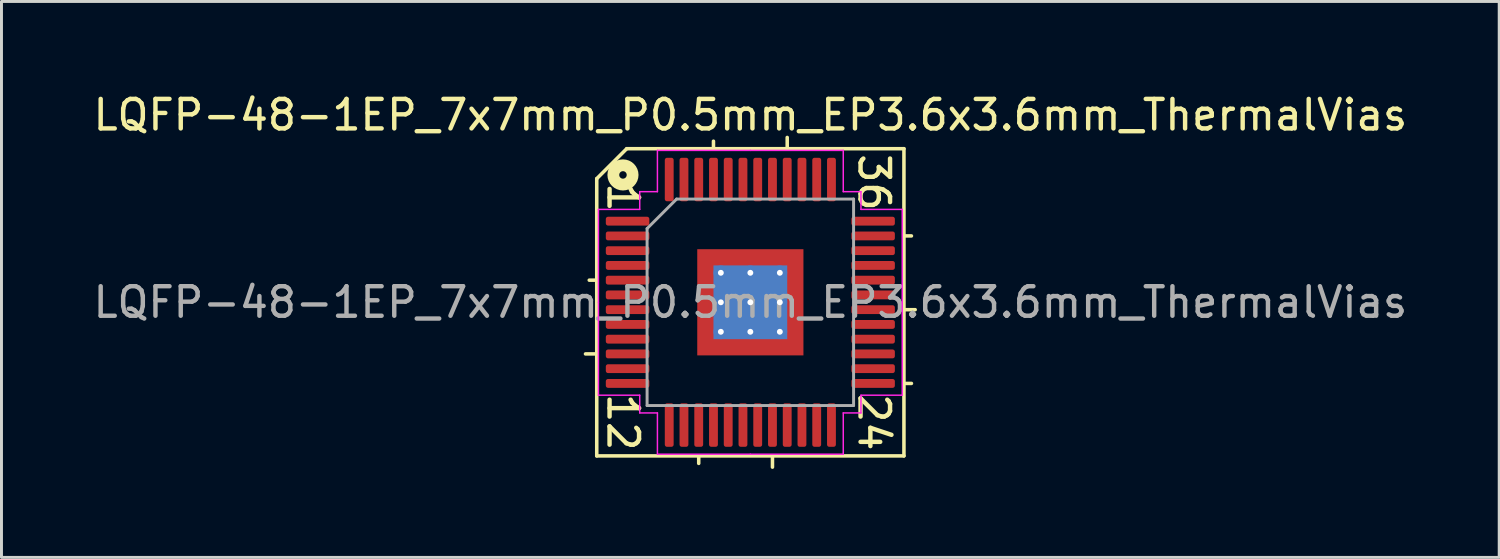
<source format=kicad_pcb>
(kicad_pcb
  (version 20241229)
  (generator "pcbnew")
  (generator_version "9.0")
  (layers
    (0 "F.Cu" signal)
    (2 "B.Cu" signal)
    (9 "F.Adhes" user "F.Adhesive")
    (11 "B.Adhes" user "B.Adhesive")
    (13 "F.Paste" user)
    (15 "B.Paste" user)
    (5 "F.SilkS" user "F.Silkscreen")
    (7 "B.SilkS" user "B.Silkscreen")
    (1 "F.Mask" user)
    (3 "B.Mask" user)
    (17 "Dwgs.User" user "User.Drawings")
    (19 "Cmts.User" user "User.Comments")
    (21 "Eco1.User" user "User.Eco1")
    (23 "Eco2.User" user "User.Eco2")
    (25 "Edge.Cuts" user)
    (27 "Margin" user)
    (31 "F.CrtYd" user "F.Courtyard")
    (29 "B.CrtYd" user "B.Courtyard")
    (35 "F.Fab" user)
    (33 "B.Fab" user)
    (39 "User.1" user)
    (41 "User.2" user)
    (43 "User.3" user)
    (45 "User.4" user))
  (footprint "LQFP-48-1EP_7x7mm_P0.5mm_EP3.6x3.6mm_ThermalVias"
    (layer "F.Cu")
    (at 22.387 7.198)
    (property "Reference" "LQFP-48-1EP_7x7mm_P0.5mm_EP3.6x3.6mm_ThermalVias" (at 0 -6.35 0) (layer "F.SilkS") (effects (font (size 1 1) (thickness 0.15))))
    (attr smd)
    (fp_line (start -5.207 -4.191) (end -5.207 5.207) (stroke (width 0.12) (type solid)) (layer "F.SilkS"))
    (fp_line (start -5.207 -0.75) (end -5.461 -0.75) (stroke (width 0.12) (type solid)) (layer "F.SilkS"))
    (fp_line (start -5.207 1.75) (end -5.588 1.75) (stroke (width 0.12) (type solid)) (layer "F.SilkS"))
    (fp_line (start -5.207 5.207) (end 5.207 5.207) (stroke (width 0.12) (type solid)) (layer "F.SilkS"))
    (fp_line (start -4.191 -5.207) (end -5.207 -4.191) (stroke (width 0.12) (type solid)) (layer "F.SilkS"))
    (fp_line (start -1.75 5.207) (end -1.75 5.461) (stroke (width 0.12) (type solid)) (layer "F.SilkS"))
    (fp_line (start -1.25 -5.207) (end -1.25 -5.461) (stroke (width 0.12) (type solid)) (layer "F.SilkS"))
    (fp_line (start 0.75 5.207) (end 0.75 5.588) (stroke (width 0.12) (type solid)) (layer "F.SilkS"))
    (fp_line (start 1.25 -5.207) (end 1.25 -5.588) (stroke (width 0.12) (type solid)) (layer "F.SilkS"))
    (fp_line (start 5.207 -5.207) (end -4.191 -5.207) (stroke (width 0.12) (type solid)) (layer "F.SilkS"))
    (fp_line (start 5.207 -2.25) (end 5.461 -2.25) (stroke (width 0.12) (type solid)) (layer "F.SilkS"))
    (fp_line (start 5.207 0.25) (end 5.588 0.25) (stroke (width 0.12) (type solid)) (layer "F.SilkS"))
    (fp_line (start 5.207 2.75) (end 5.461 2.75) (stroke (width 0.12) (type solid)) (layer "F.SilkS"))
    (fp_line (start 5.207 5.207) (end 5.207 -5.207) (stroke (width 0.12) (type solid)) (layer "F.SilkS"))
    (fp_circle (center -4.318 -4.318) (end -4.191 -4.318) (stroke (width 0.4) (type solid)) (fill no) (layer "F.SilkS"))
    (fp_line (start -5.15 -3.15) (end -5.15 0) (stroke (width 0.05) (type solid)) (layer "F.CrtYd"))
    (fp_line (start -5.15 3.15) (end -5.15 0) (stroke (width 0.05) (type solid)) (layer "F.CrtYd"))
    (fp_line (start -3.75 -3.75) (end -3.75 -3.15) (stroke (width 0.05) (type solid)) (layer "F.CrtYd"))
    (fp_line (start -3.75 -3.15) (end -5.15 -3.15) (stroke (width 0.05) (type solid)) (layer "F.CrtYd"))
    (fp_line (start -3.75 3.15) (end -5.15 3.15) (stroke (width 0.05) (type solid)) (layer "F.CrtYd"))
    (fp_line (start -3.75 3.75) (end -3.75 3.15) (stroke (width 0.05) (type solid)) (layer "F.CrtYd"))
    (fp_line (start -3.15 -5.15) (end -3.15 -3.75) (stroke (width 0.05) (type solid)) (layer "F.CrtYd"))
    (fp_line (start -3.15 -3.75) (end -3.75 -3.75) (stroke (width 0.05) (type solid)) (layer "F.CrtYd"))
    (fp_line (start -3.15 3.75) (end -3.75 3.75) (stroke (width 0.05) (type solid)) (layer "F.CrtYd"))
    (fp_line (start -3.15 5.15) (end -3.15 3.75) (stroke (width 0.05) (type solid)) (layer "F.CrtYd"))
    (fp_line (start 0 -5.15) (end -3.15 -5.15) (stroke (width 0.05) (type solid)) (layer "F.CrtYd"))
    (fp_line (start 0 -5.15) (end 3.15 -5.15) (stroke (width 0.05) (type solid)) (layer "F.CrtYd"))
    (fp_line (start 0 5.15) (end -3.15 5.15) (stroke (width 0.05) (type solid)) (layer "F.CrtYd"))
    (fp_line (start 0 5.15) (end 3.15 5.15) (stroke (width 0.05) (type solid)) (layer "F.CrtYd"))
    (fp_line (start 3.15 -5.15) (end 3.15 -3.75) (stroke (width 0.05) (type solid)) (layer "F.CrtYd"))
    (fp_line (start 3.15 -3.75) (end 3.75 -3.75) (stroke (width 0.05) (type solid)) (layer "F.CrtYd"))
    (fp_line (start 3.15 3.75) (end 3.75 3.75) (stroke (width 0.05) (type solid)) (layer "F.CrtYd"))
    (fp_line (start 3.15 5.15) (end 3.15 3.75) (stroke (width 0.05) (type solid)) (layer "F.CrtYd"))
    (fp_line (start 3.75 -3.75) (end 3.75 -3.15) (stroke (width 0.05) (type solid)) (layer "F.CrtYd"))
    (fp_line (start 3.75 -3.15) (end 5.15 -3.15) (stroke (width 0.05) (type solid)) (layer "F.CrtYd"))
    (fp_line (start 3.75 3.15) (end 5.15 3.15) (stroke (width 0.05) (type solid)) (layer "F.CrtYd"))
    (fp_line (start 3.75 3.75) (end 3.75 3.15) (stroke (width 0.05) (type solid)) (layer "F.CrtYd"))
    (fp_line (start 5.15 -3.15) (end 5.15 0) (stroke (width 0.05) (type solid)) (layer "F.CrtYd"))
    (fp_line (start 5.15 3.15) (end 5.15 0) (stroke (width 0.05) (type solid)) (layer "F.CrtYd"))
    (fp_line (start -3.5 -2.5) (end -2.5 -3.5) (stroke (width 0.1) (type solid)) (layer "F.Fab"))
    (fp_line (start -3.5 3.5) (end -3.5 -2.5) (stroke (width 0.1) (type solid)) (layer "F.Fab"))
    (fp_line (start -2.5 -3.5) (end 3.5 -3.5) (stroke (width 0.1) (type solid)) (layer "F.Fab"))
    (fp_line (start 3.5 -3.5) (end 3.5 3.5) (stroke (width 0.1) (type solid)) (layer "F.Fab"))
    (fp_line (start 3.5 3.5) (end -3.5 3.5) (stroke (width 0.1) (type solid)) (layer "F.Fab"))
    (fp_text user "1" (at -4.318 -3.556 270) (unlocked yes) (layer "F.SilkS") (effects (font (size 1 1) (thickness 0.15))))
    (fp_text user "36" (at 4.191 -4.064 270) (unlocked yes) (layer "F.SilkS") (effects (font (size 1 1) (thickness 0.15))))
    (fp_text user "12" (at -4.318 4.064 270) (unlocked yes) (layer "F.SilkS") (effects (font (size 1 1) (thickness 0.15))))
    (fp_text user "24" (at 4.191 4.064 270) (unlocked yes) (layer "F.SilkS") (effects (font (size 1 1) (thickness 0.15))))
    (fp_text user "${REFERENCE}" (at 0 0 0) (layer "F.Fab") (effects (font (size 1 1) (thickness 0.15))))
    (pad "" smd custom (at -1.4 -1.4) (size 0.555 0.555) (layers "F.Paste") (options (anchor circle)) (primitives (gr_poly (pts (xy 0.232 0.157) (xy 0.157 0.232) (xy -0.232 0.232) (xy -0.232 -0.232) (xy 0.232 -0.232)) (width 0.181) (fill yes))))
    (pad "" smd custom (at -1.4 -0.5) (size 0.568 0.568) (layers "F.Paste") (options (anchor circle)) (primitives (gr_poly (pts (xy 0.246 -0.263) (xy 0.246 0.263) (xy 0.182 0.326) (xy -0.246 0.326) (xy -0.246 -0.326) (xy 0.182 -0.326)) (width 0.153) (fill yes))))
    (pad "" smd custom (at -1.4 0.5) (size 0.568 0.568) (layers "F.Paste") (options (anchor circle)) (primitives (gr_poly (pts (xy 0.246 -0.263) (xy 0.246 0.263) (xy 0.182 0.326) (xy -0.246 0.326) (xy -0.246 -0.326) (xy 0.182 -0.326)) (width 0.153) (fill yes))))
    (pad "" smd custom (at -1.4 1.4) (size 0.555 0.555) (layers "F.Paste") (options (anchor circle)) (primitives (gr_poly (pts (xy 0.232 -0.157) (xy 0.232 0.232) (xy -0.232 0.232) (xy -0.232 -0.232) (xy 0.157 -0.232)) (width 0.181) (fill yes))))
    (pad "" smd custom (at -0.5 -1.4) (size 0.568 0.568) (layers "F.Paste") (options (anchor circle)) (primitives (gr_poly (pts (xy 0.326 0.182) (xy 0.263 0.246) (xy -0.263 0.246) (xy -0.326 0.182) (xy -0.326 -0.246) (xy 0.326 -0.246)) (width 0.153) (fill yes))))
    (pad "" smd roundrect (at -0.5 -0.5) (size 0.806 0.806) (layers "F.Paste") (roundrect_rratio 0.25))
    (pad "" smd roundrect (at -0.5 0.5) (size 0.806 0.806) (layers "F.Paste") (roundrect_rratio 0.25))
    (pad "" smd custom (at -0.5 1.4) (size 0.568 0.568) (layers "F.Paste") (options (anchor circle)) (primitives (gr_poly (pts (xy 0.326 -0.182) (xy 0.326 0.246) (xy -0.326 0.246) (xy -0.326 -0.182) (xy -0.263 -0.246) (xy 0.263 -0.246)) (width 0.153) (fill yes))))
    (pad "" smd custom (at 0.5 -1.4) (size 0.568 0.568) (layers "F.Paste") (options (anchor circle)) (primitives (gr_poly (pts (xy 0.326 0.182) (xy 0.263 0.246) (xy -0.263 0.246) (xy -0.326 0.182) (xy -0.326 -0.246) (xy 0.326 -0.246)) (width 0.153) (fill yes))))
    (pad "" smd roundrect (at 0.5 -0.5) (size 0.806 0.806) (layers "F.Paste") (roundrect_rratio 0.25))
    (pad "" smd roundrect (at 0.5 0.5) (size 0.806 0.806) (layers "F.Paste") (roundrect_rratio 0.25))
    (pad "" smd custom (at 0.5 1.4) (size 0.568 0.568) (layers "F.Paste") (options (anchor circle)) (primitives (gr_poly (pts (xy 0.326 -0.182) (xy 0.326 0.246) (xy -0.326 0.246) (xy -0.326 -0.182) (xy -0.263 -0.246) (xy 0.263 -0.246)) (width 0.153) (fill yes))))
    (pad "" smd custom (at 1.4 -1.4) (size 0.555 0.555) (layers "F.Paste") (options (anchor circle)) (primitives (gr_poly (pts (xy 0.232 0.232) (xy -0.157 0.232) (xy -0.232 0.157) (xy -0.232 -0.232) (xy 0.232 -0.232)) (width 0.181) (fill yes))))
    (pad "" smd custom (at 1.4 -0.5) (size 0.568 0.568) (layers "F.Paste") (options (anchor circle)) (primitives (gr_poly (pts (xy 0.246 0.326) (xy -0.182 0.326) (xy -0.246 0.263) (xy -0.246 -0.263) (xy -0.182 -0.326) (xy 0.246 -0.326)) (width 0.153) (fill yes))))
    (pad "" smd custom (at 1.4 0.5) (size 0.568 0.568) (layers "F.Paste") (options (anchor circle)) (primitives (gr_poly (pts (xy 0.246 0.326) (xy -0.182 0.326) (xy -0.246 0.263) (xy -0.246 -0.263) (xy -0.182 -0.326) (xy 0.246 -0.326)) (width 0.153) (fill yes))))
    (pad "" smd custom (at 1.4 1.4) (size 0.555 0.555) (layers "F.Paste") (options (anchor circle)) (primitives (gr_poly (pts (xy 0.232 0.232) (xy -0.232 0.232) (xy -0.232 -0.157) (xy -0.157 -0.232) (xy 0.232 -0.232)) (width 0.181) (fill yes))))
    (pad "1" smd roundrect (at -4.162 -2.75) (size 1.475 0.3) (layers "F.Cu" "F.Mask" "F.Paste") (roundrect_rratio 0.25))
    (pad "2" smd roundrect (at -4.162 -2.25) (size 1.475 0.3) (layers "F.Cu" "F.Mask" "F.Paste") (roundrect_rratio 0.25))
    (pad "3" smd roundrect (at -4.162 -1.75) (size 1.475 0.3) (layers "F.Cu" "F.Mask" "F.Paste") (roundrect_rratio 0.25))
    (pad "4" smd roundrect (at -4.162 -1.25) (size 1.475 0.3) (layers "F.Cu" "F.Mask" "F.Paste") (roundrect_rratio 0.25))
    (pad "5" smd roundrect (at -4.162 -0.75) (size 1.475 0.3) (layers "F.Cu" "F.Mask" "F.Paste") (roundrect_rratio 0.25))
    (pad "6" smd roundrect (at -4.162 -0.25) (size 1.475 0.3) (layers "F.Cu" "F.Mask" "F.Paste") (roundrect_rratio 0.25))
    (pad "7" smd roundrect (at -4.162 0.25) (size 1.475 0.3) (layers "F.Cu" "F.Mask" "F.Paste") (roundrect_rratio 0.25))
    (pad "8" smd roundrect (at -4.162 0.75) (size 1.475 0.3) (layers "F.Cu" "F.Mask" "F.Paste") (roundrect_rratio 0.25))
    (pad "9" smd roundrect (at -4.162 1.25) (size 1.475 0.3) (layers "F.Cu" "F.Mask" "F.Paste") (roundrect_rratio 0.25))
    (pad "10" smd roundrect (at -4.162 1.75) (size 1.475 0.3) (layers "F.Cu" "F.Mask" "F.Paste") (roundrect_rratio 0.25))
    (pad "11" smd roundrect (at -4.162 2.25) (size 1.475 0.3) (layers "F.Cu" "F.Mask" "F.Paste") (roundrect_rratio 0.25))
    (pad "12" smd roundrect (at -4.162 2.75) (size 1.475 0.3) (layers "F.Cu" "F.Mask" "F.Paste") (roundrect_rratio 0.25))
    (pad "13" smd roundrect (at -2.75 4.162) (size 0.3 1.475) (layers "F.Cu" "F.Mask" "F.Paste") (roundrect_rratio 0.25))
    (pad "14" smd roundrect (at -2.25 4.162) (size 0.3 1.475) (layers "F.Cu" "F.Mask" "F.Paste") (roundrect_rratio 0.25))
    (pad "15" smd roundrect (at -1.75 4.162) (size 0.3 1.475) (layers "F.Cu" "F.Mask" "F.Paste") (roundrect_rratio 0.25))
    (pad "16" smd roundrect (at -1.25 4.162) (size 0.3 1.475) (layers "F.Cu" "F.Mask" "F.Paste") (roundrect_rratio 0.25))
    (pad "17" smd roundrect (at -0.75 4.162) (size 0.3 1.475) (layers "F.Cu" "F.Mask" "F.Paste") (roundrect_rratio 0.25))
    (pad "18" smd roundrect (at -0.25 4.162) (size 0.3 1.475) (layers "F.Cu" "F.Mask" "F.Paste") (roundrect_rratio 0.25))
    (pad "19" smd roundrect (at 0.25 4.162) (size 0.3 1.475) (layers "F.Cu" "F.Mask" "F.Paste") (roundrect_rratio 0.25))
    (pad "20" smd roundrect (at 0.75 4.162) (size 0.3 1.475) (layers "F.Cu" "F.Mask" "F.Paste") (roundrect_rratio 0.25))
    (pad "21" smd roundrect (at 1.25 4.162) (size 0.3 1.475) (layers "F.Cu" "F.Mask" "F.Paste") (roundrect_rratio 0.25))
    (pad "22" smd roundrect (at 1.75 4.162) (size 0.3 1.475) (layers "F.Cu" "F.Mask" "F.Paste") (roundrect_rratio 0.25))
    (pad "23" smd roundrect (at 2.25 4.162) (size 0.3 1.475) (layers "F.Cu" "F.Mask" "F.Paste") (roundrect_rratio 0.25))
    (pad "24" smd roundrect (at 2.75 4.162) (size 0.3 1.475) (layers "F.Cu" "F.Mask" "F.Paste") (roundrect_rratio 0.25))
    (pad "25" smd roundrect (at 4.162 2.75) (size 1.475 0.3) (layers "F.Cu" "F.Mask" "F.Paste") (roundrect_rratio 0.25))
    (pad "26" smd roundrect (at 4.162 2.25) (size 1.475 0.3) (layers "F.Cu" "F.Mask" "F.Paste") (roundrect_rratio 0.25))
    (pad "27" smd roundrect (at 4.162 1.75) (size 1.475 0.3) (layers "F.Cu" "F.Mask" "F.Paste") (roundrect_rratio 0.25))
    (pad "28" smd roundrect (at 4.162 1.25) (size 1.475 0.3) (layers "F.Cu" "F.Mask" "F.Paste") (roundrect_rratio 0.25))
    (pad "29" smd roundrect (at 4.162 0.75) (size 1.475 0.3) (layers "F.Cu" "F.Mask" "F.Paste") (roundrect_rratio 0.25))
    (pad "30" smd roundrect (at 4.162 0.25) (size 1.475 0.3) (layers "F.Cu" "F.Mask" "F.Paste") (roundrect_rratio 0.25))
    (pad "31" smd roundrect (at 4.162 -0.25) (size 1.475 0.3) (layers "F.Cu" "F.Mask" "F.Paste") (roundrect_rratio 0.25))
    (pad "32" smd roundrect (at 4.162 -0.75) (size 1.475 0.3) (layers "F.Cu" "F.Mask" "F.Paste") (roundrect_rratio 0.25))
    (pad "33" smd roundrect (at 4.162 -1.25) (size 1.475 0.3) (layers "F.Cu" "F.Mask" "F.Paste") (roundrect_rratio 0.25))
    (pad "34" smd roundrect (at 4.162 -1.75) (size 1.475 0.3) (layers "F.Cu" "F.Mask" "F.Paste") (roundrect_rratio 0.25))
    (pad "35" smd roundrect (at 4.162 -2.25) (size 1.475 0.3) (layers "F.Cu" "F.Mask" "F.Paste") (roundrect_rratio 0.25))
    (pad "36" smd roundrect (at 4.162 -2.75) (size 1.475 0.3) (layers "F.Cu" "F.Mask" "F.Paste") (roundrect_rratio 0.25))
    (pad "37" smd roundrect (at 2.75 -4.162) (size 0.3 1.475) (layers "F.Cu" "F.Mask" "F.Paste") (roundrect_rratio 0.25))
    (pad "38" smd roundrect (at 2.25 -4.162) (size 0.3 1.475) (layers "F.Cu" "F.Mask" "F.Paste") (roundrect_rratio 0.25))
    (pad "39" smd roundrect (at 1.75 -4.162) (size 0.3 1.475) (layers "F.Cu" "F.Mask" "F.Paste") (roundrect_rratio 0.25))
    (pad "40" smd roundrect (at 1.25 -4.162) (size 0.3 1.475) (layers "F.Cu" "F.Mask" "F.Paste") (roundrect_rratio 0.25))
    (pad "41" smd roundrect (at 0.75 -4.162) (size 0.3 1.475) (layers "F.Cu" "F.Mask" "F.Paste") (roundrect_rratio 0.25))
    (pad "42" smd roundrect (at 0.25 -4.162) (size 0.3 1.475) (layers "F.Cu" "F.Mask" "F.Paste") (roundrect_rratio 0.25))
    (pad "43" smd roundrect (at -0.25 -4.162) (size 0.3 1.475) (layers "F.Cu" "F.Mask" "F.Paste") (roundrect_rratio 0.25))
    (pad "44" smd roundrect (at -0.75 -4.162) (size 0.3 1.475) (layers "F.Cu" "F.Mask" "F.Paste") (roundrect_rratio 0.25))
    (pad "45" smd roundrect (at -1.25 -4.162) (size 0.3 1.475) (layers "F.Cu" "F.Mask" "F.Paste") (roundrect_rratio 0.25))
    (pad "46" smd roundrect (at -1.75 -4.162) (size 0.3 1.475) (layers "F.Cu" "F.Mask" "F.Paste") (roundrect_rratio 0.25))
    (pad "47" smd roundrect (at -2.25 -4.162) (size 0.3 1.475) (layers "F.Cu" "F.Mask" "F.Paste") (roundrect_rratio 0.25))
    (pad "48" smd roundrect (at -2.75 -4.162) (size 0.3 1.475) (layers "F.Cu" "F.Mask" "F.Paste") (roundrect_rratio 0.25))
    (pad "49" thru_hole circle (at -1 -1) (size 0.5 0.5) (drill 0.2) (layers "*.Cu"))
    (pad "49" thru_hole circle (at -1 0) (size 0.5 0.5) (drill 0.2) (layers "*.Cu"))
    (pad "49" thru_hole circle (at -1 1) (size 0.5 0.5) (drill 0.2) (layers "*.Cu"))
    (pad "49" thru_hole circle (at 0 -1) (size 0.5 0.5) (drill 0.2) (layers "*.Cu"))
    (pad "49" thru_hole circle (at 0 0) (size 0.5 0.5) (drill 0.2) (layers "*.Cu"))
    (pad "49" smd rect (at 0 0) (size 2.5 2.5) (layers "B.Cu" "B.Mask"))
    (pad "49" smd rect (at 0 0) (size 3.6 3.6) (layers "F.Cu" "F.Mask"))
    (pad "49" thru_hole circle (at 0 1) (size 0.5 0.5) (drill 0.2) (layers "*.Cu"))
    (pad "49" thru_hole circle (at 1 -1) (size 0.5 0.5) (drill 0.2) (layers "*.Cu"))
    (pad "49" thru_hole circle (at 1 0) (size 0.5 0.5) (drill 0.2) (layers "*.Cu"))
    (pad "49" thru_hole circle (at 1 1) (size 0.5 0.5) (drill 0.2) (layers "*.Cu")))
  (gr_rect
    (start -3 -3)
    (end 47.774 15.846)
    (stroke (width 0.1) (type default))
    (fill no)
    (layer "Edge.Cuts")))
</source>
